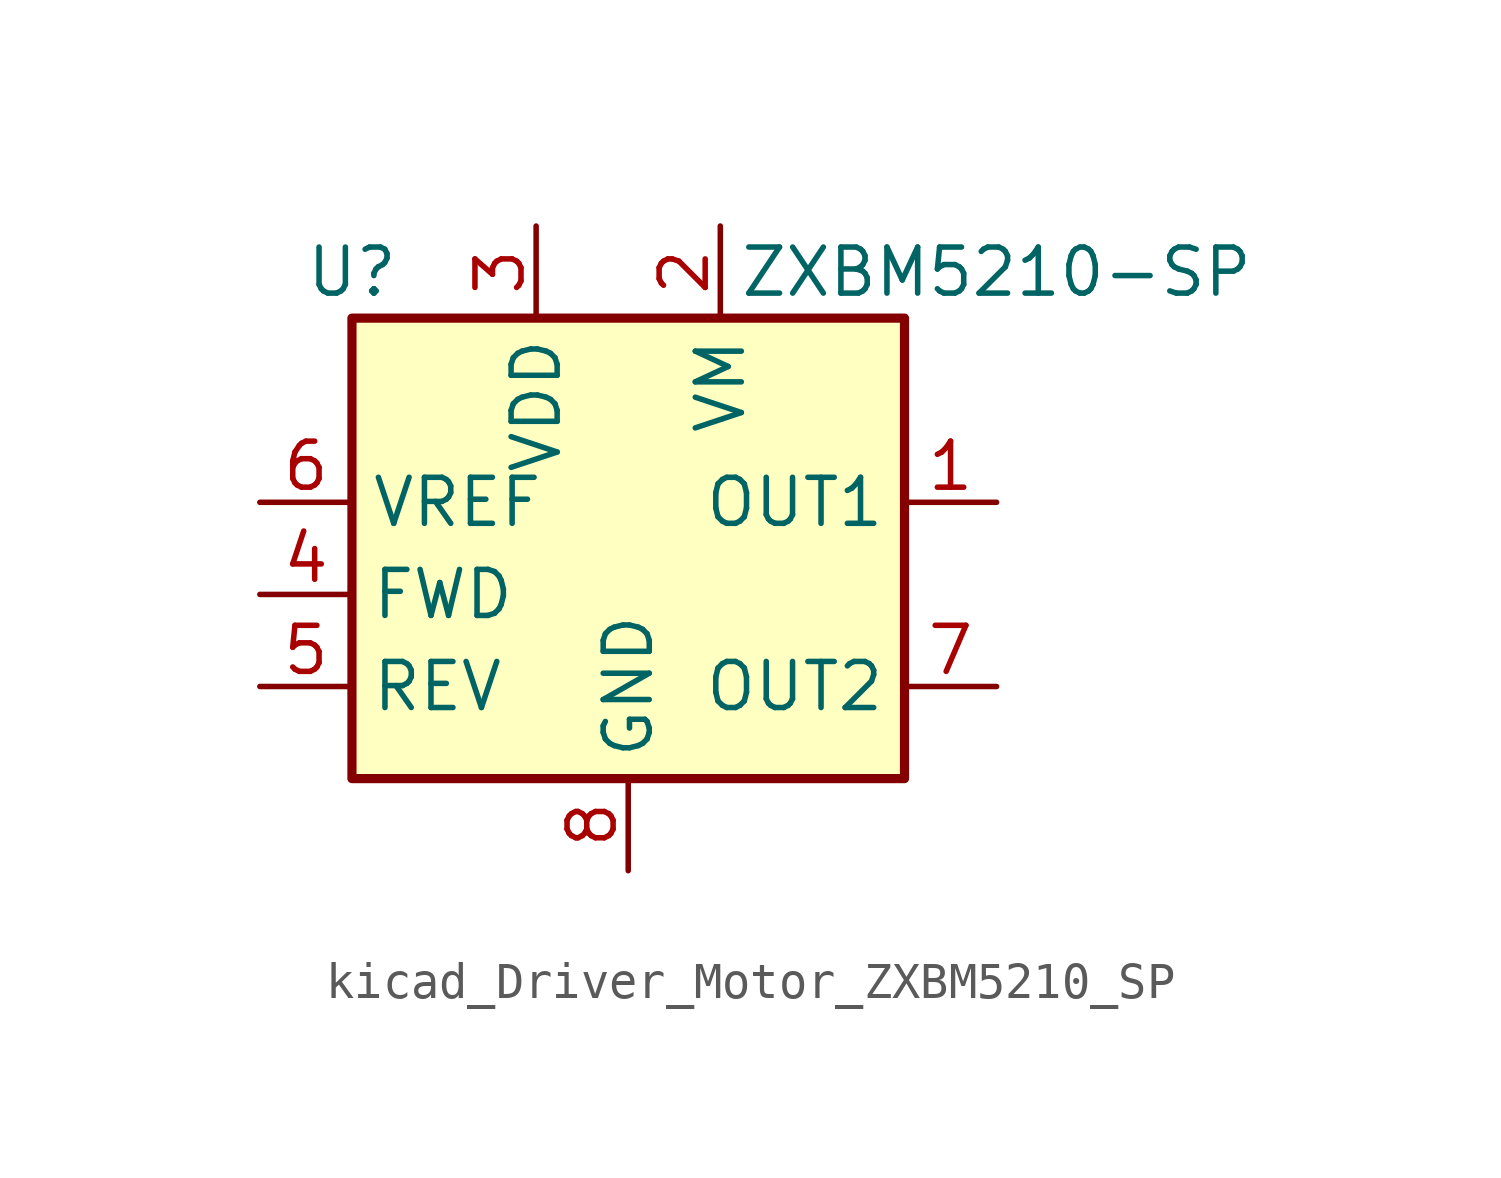
<source format=kicad_sym>
(kicad_symbol_lib
  (version 20220914)
  (generator kicad_symbol_editor)
  (symbol "kicad_Driver_Motor_ZXBM5210_SP"
    (property "Reference" "U"
      (at -7.62 8.89 0)
      (effects (font (size 1.27 1.27))))
    (property "Value" "ZXBM5210-SP"
      (at 10.16 8.89 0)
      (effects (font (size 1.27 1.27))))
    (symbol "kicad_Driver_Motor_ZXBM5210_SP_0_0"
      (pin output line (at 10.16 2.54 180) (length 2.54) (name "OUT1" (effects (font (size 1.27 1.27)))) (number "1" (effects (font (size 1.27 1.27)))))
      (pin power_in line (at 2.54 10.16 270) (length 2.54) (name "VM" (effects (font (size 1.27 1.27)))) (number "2" (effects (font (size 1.27 1.27)))))
      (pin power_in line (at -2.54 10.16 270) (length 2.54) (name "VDD" (effects (font (size 1.27 1.27)))) (number "3" (effects (font (size 1.27 1.27)))))
      (pin input line (at -10.16 0 0) (length 2.54) (name "FWD" (effects (font (size 1.27 1.27)))) (number "4" (effects (font (size 1.27 1.27)))))
      (pin input line (at -10.16 -2.54 0) (length 2.54) (name "REV" (effects (font (size 1.27 1.27)))) (number "5" (effects (font (size 1.27 1.27)))))
      (pin input line (at -10.16 2.54 0) (length 2.54) (name "VREF" (effects (font (size 1.27 1.27)))) (number "6" (effects (font (size 1.27 1.27)))))
      (pin output line (at 10.16 -2.54 180) (length 2.54) (name "OUT2" (effects (font (size 1.27 1.27)))) (number "7" (effects (font (size 1.27 1.27)))))
      (pin power_in line (at 0 -7.62 90) (length 2.54) (name "GND" (effects (font (size 1.27 1.27)))) (number "8" (effects (font (size 1.27 1.27)))))
      (pin passive line (at 0 -7.62 90) (length 2.54) hide (name "GND" (effects (font (size 1.27 1.27)))) (number "9" (effects (font (size 1.27 1.27))))))
    (symbol "kicad_Driver_Motor_ZXBM5210_SP_0_1"
      (rectangle (start -7.62 7.62) (end 7.62 -5.08) (stroke (width 0.254) (type default)) (fill (type background))))))
</source>
